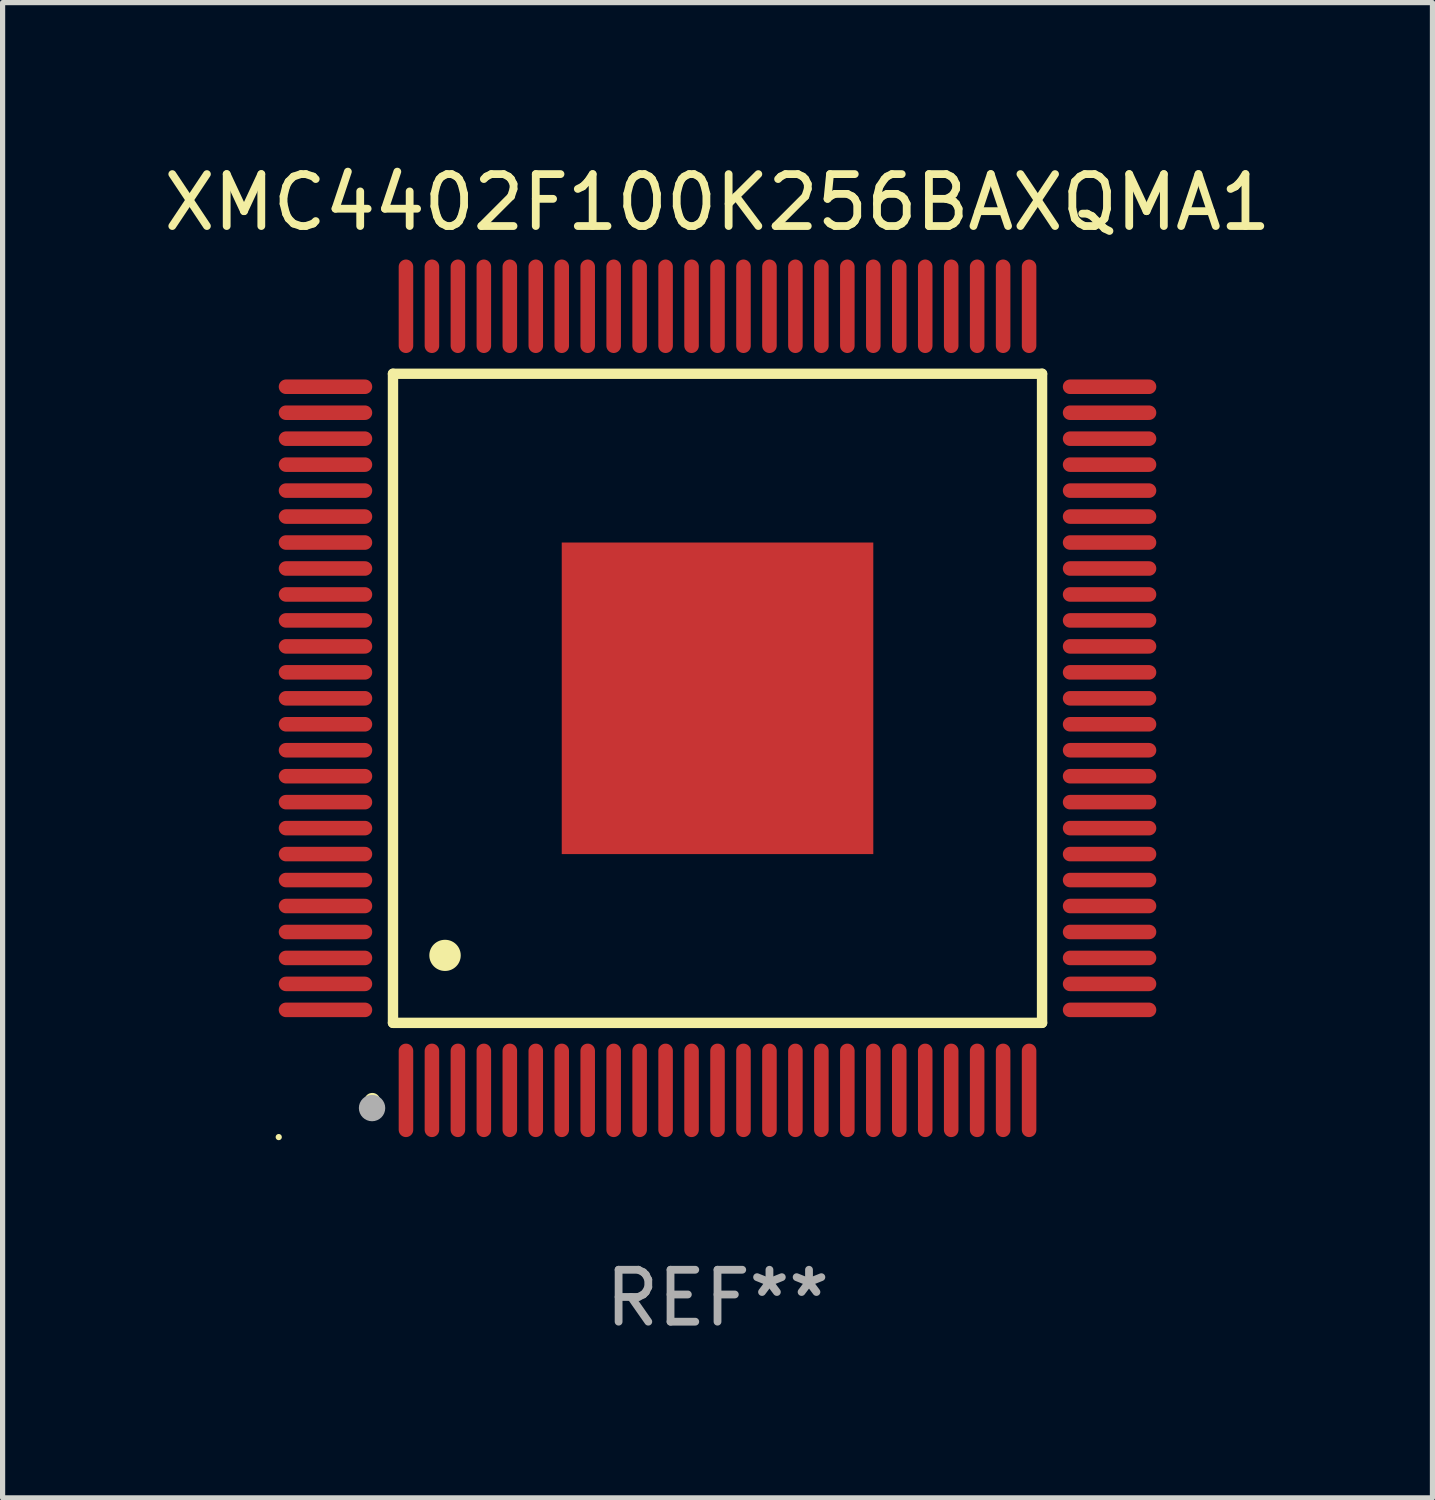
<source format=kicad_pcb>
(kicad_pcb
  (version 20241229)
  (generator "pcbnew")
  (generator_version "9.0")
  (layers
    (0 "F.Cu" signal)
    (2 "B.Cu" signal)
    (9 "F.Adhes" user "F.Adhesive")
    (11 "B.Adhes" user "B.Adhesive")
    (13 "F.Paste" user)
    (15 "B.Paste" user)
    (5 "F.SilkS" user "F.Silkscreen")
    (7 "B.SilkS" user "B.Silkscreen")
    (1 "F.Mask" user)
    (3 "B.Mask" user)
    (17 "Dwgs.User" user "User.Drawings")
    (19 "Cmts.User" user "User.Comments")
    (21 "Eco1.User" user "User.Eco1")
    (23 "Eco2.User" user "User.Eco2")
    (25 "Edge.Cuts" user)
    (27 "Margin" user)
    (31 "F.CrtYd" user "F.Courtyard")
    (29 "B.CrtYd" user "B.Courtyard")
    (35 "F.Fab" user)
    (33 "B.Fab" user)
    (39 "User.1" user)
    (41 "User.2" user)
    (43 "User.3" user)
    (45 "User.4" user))
  (footprint "XMC4402F100K256BAXQMA1"
    (layer "F.Cu")
    (at 10.768 10.398)
    (property "Reference" "XMC4402F100K256BAXQMA1" (at 0 -9.55 0) (layer "F.SilkS") (effects (font (size 1 1) (thickness 0.15))))
    (attr through_hole)
    (fp_line (start -6.25 -6.25) (end -6.25 6.25) (stroke (width 0.2) (type solid)) (layer "F.SilkS"))
    (fp_line (start -6.25 6.25) (end 6.25 6.25) (stroke (width 0.2) (type solid)) (layer "F.SilkS"))
    (fp_line (start 6.25 -6.25) (end -6.25 -6.25) (stroke (width 0.2) (type solid)) (layer "F.SilkS"))
    (fp_line (start 6.25 6.25) (end 6.25 -6.25) (stroke (width 0.2) (type solid)) (layer "F.SilkS"))
    (fp_arc (start -6.649733 7.749555) (mid -6.648463 7.74955) (end -6.647193 7.749555) (stroke (width 0.3) (type solid)) (layer "F.SilkS"))
    (fp_arc (start -5.250191 4.95047) (mid -5.247651 4.950459) (end -5.245111 4.95047) (stroke (width 0.6) (type solid)) (layer "F.SilkS"))
    (fp_circle (center -8.45 8.45) (end -8.42 8.45) (stroke (width 0.06) (type solid)) (fill no) (layer "F.SilkS"))
    (fp_circle (center -6.653 7.891) (end -6.526 7.891) (stroke (width 0.254) (type solid)) (fill no) (layer "F.Fab"))
    (fp_text user "REF**" (at 0 11.55 0) (layer "F.Fab") (effects (font (size 1 1) (thickness 0.15))))
    (pad "1" smd oval (at -6 7.55 180) (size 0.28 1.8) (layers "F.Cu" "F.Mask" "F.Paste"))
    (pad "2" smd oval (at -5.5 7.55 180) (size 0.28 1.8) (layers "F.Cu" "F.Mask" "F.Paste"))
    (pad "3" smd oval (at -5 7.55 180) (size 0.28 1.8) (layers "F.Cu" "F.Mask" "F.Paste"))
    (pad "4" smd oval (at -4.5 7.55 180) (size 0.28 1.8) (layers "F.Cu" "F.Mask" "F.Paste"))
    (pad "5" smd oval (at -4 7.55 180) (size 0.28 1.8) (layers "F.Cu" "F.Mask" "F.Paste"))
    (pad "6" smd oval (at -3.5 7.55 180) (size 0.28 1.8) (layers "F.Cu" "F.Mask" "F.Paste"))
    (pad "7" smd oval (at -3 7.55 180) (size 0.28 1.8) (layers "F.Cu" "F.Mask" "F.Paste"))
    (pad "8" smd oval (at -2.5 7.55 180) (size 0.28 1.8) (layers "F.Cu" "F.Mask" "F.Paste"))
    (pad "9" smd oval (at -2 7.55 180) (size 0.28 1.8) (layers "F.Cu" "F.Mask" "F.Paste"))
    (pad "10" smd oval (at -1.5 7.55 180) (size 0.28 1.8) (layers "F.Cu" "F.Mask" "F.Paste"))
    (pad "11" smd oval (at -1 7.55 180) (size 0.28 1.8) (layers "F.Cu" "F.Mask" "F.Paste"))
    (pad "12" smd oval (at -0.5 7.55 180) (size 0.28 1.8) (layers "F.Cu" "F.Mask" "F.Paste"))
    (pad "13" smd oval (at 0 7.55 180) (size 0.28 1.8) (layers "F.Cu" "F.Mask" "F.Paste"))
    (pad "14" smd oval (at 0.5 7.55 180) (size 0.28 1.8) (layers "F.Cu" "F.Mask" "F.Paste"))
    (pad "15" smd oval (at 1 7.55 180) (size 0.28 1.8) (layers "F.Cu" "F.Mask" "F.Paste"))
    (pad "16" smd oval (at 1.5 7.55 180) (size 0.28 1.8) (layers "F.Cu" "F.Mask" "F.Paste"))
    (pad "17" smd oval (at 2 7.55 180) (size 0.28 1.8) (layers "F.Cu" "F.Mask" "F.Paste"))
    (pad "18" smd oval (at 2.5 7.55 180) (size 0.28 1.8) (layers "F.Cu" "F.Mask" "F.Paste"))
    (pad "19" smd oval (at 3 7.55 180) (size 0.28 1.8) (layers "F.Cu" "F.Mask" "F.Paste"))
    (pad "20" smd oval (at 3.5 7.55 180) (size 0.28 1.8) (layers "F.Cu" "F.Mask" "F.Paste"))
    (pad "21" smd oval (at 4 7.55 180) (size 0.28 1.8) (layers "F.Cu" "F.Mask" "F.Paste"))
    (pad "22" smd oval (at 4.5 7.55 180) (size 0.28 1.8) (layers "F.Cu" "F.Mask" "F.Paste"))
    (pad "23" smd oval (at 5 7.55 180) (size 0.28 1.8) (layers "F.Cu" "F.Mask" "F.Paste"))
    (pad "24" smd oval (at 5.5 7.55 180) (size 0.28 1.8) (layers "F.Cu" "F.Mask" "F.Paste"))
    (pad "25" smd oval (at 6 7.55 180) (size 0.28 1.8) (layers "F.Cu" "F.Mask" "F.Paste"))
    (pad "26" smd oval (at 7.55 6 90) (size 0.28 1.8) (layers "F.Cu" "F.Mask" "F.Paste"))
    (pad "27" smd oval (at 7.55 5.5 90) (size 0.28 1.8) (layers "F.Cu" "F.Mask" "F.Paste"))
    (pad "28" smd oval (at 7.55 5 90) (size 0.28 1.8) (layers "F.Cu" "F.Mask" "F.Paste"))
    (pad "29" smd oval (at 7.55 4.5 90) (size 0.28 1.8) (layers "F.Cu" "F.Mask" "F.Paste"))
    (pad "30" smd oval (at 7.55 4 90) (size 0.28 1.8) (layers "F.Cu" "F.Mask" "F.Paste"))
    (pad "31" smd oval (at 7.55 3.5 90) (size 0.28 1.8) (layers "F.Cu" "F.Mask" "F.Paste"))
    (pad "32" smd oval (at 7.55 3 90) (size 0.28 1.8) (layers "F.Cu" "F.Mask" "F.Paste"))
    (pad "33" smd oval (at 7.55 2.5 90) (size 0.28 1.8) (layers "F.Cu" "F.Mask" "F.Paste"))
    (pad "34" smd oval (at 7.55 2 90) (size 0.28 1.8) (layers "F.Cu" "F.Mask" "F.Paste"))
    (pad "35" smd oval (at 7.55 1.5 90) (size 0.28 1.8) (layers "F.Cu" "F.Mask" "F.Paste"))
    (pad "36" smd oval (at 7.55 1 90) (size 0.28 1.8) (layers "F.Cu" "F.Mask" "F.Paste"))
    (pad "37" smd oval (at 7.55 0.5 90) (size 0.28 1.8) (layers "F.Cu" "F.Mask" "F.Paste"))
    (pad "38" smd oval (at 7.55 0 90) (size 0.28 1.8) (layers "F.Cu" "F.Mask" "F.Paste"))
    (pad "39" smd oval (at 7.55 -0.5 90) (size 0.28 1.8) (layers "F.Cu" "F.Mask" "F.Paste"))
    (pad "40" smd oval (at 7.55 -1 90) (size 0.28 1.8) (layers "F.Cu" "F.Mask" "F.Paste"))
    (pad "41" smd oval (at 7.55 -1.5 90) (size 0.28 1.8) (layers "F.Cu" "F.Mask" "F.Paste"))
    (pad "42" smd oval (at 7.55 -2 90) (size 0.28 1.8) (layers "F.Cu" "F.Mask" "F.Paste"))
    (pad "43" smd oval (at 7.55 -2.5 90) (size 0.28 1.8) (layers "F.Cu" "F.Mask" "F.Paste"))
    (pad "44" smd oval (at 7.55 -3 90) (size 0.28 1.8) (layers "F.Cu" "F.Mask" "F.Paste"))
    (pad "45" smd oval (at 7.55 -3.5 90) (size 0.28 1.8) (layers "F.Cu" "F.Mask" "F.Paste"))
    (pad "46" smd oval (at 7.55 -4 90) (size 0.28 1.8) (layers "F.Cu" "F.Mask" "F.Paste"))
    (pad "47" smd oval (at 7.55 -4.5 90) (size 0.28 1.8) (layers "F.Cu" "F.Mask" "F.Paste"))
    (pad "48" smd oval (at 7.55 -5 90) (size 0.28 1.8) (layers "F.Cu" "F.Mask" "F.Paste"))
    (pad "49" smd oval (at 7.55 -5.5 90) (size 0.28 1.8) (layers "F.Cu" "F.Mask" "F.Paste"))
    (pad "50" smd oval (at 7.55 -6 90) (size 0.28 1.8) (layers "F.Cu" "F.Mask" "F.Paste"))
    (pad "51" smd oval (at 6 -7.55 180) (size 0.28 1.8) (layers "F.Cu" "F.Mask" "F.Paste"))
    (pad "52" smd oval (at 5.5 -7.55 180) (size 0.28 1.8) (layers "F.Cu" "F.Mask" "F.Paste"))
    (pad "53" smd oval (at 5 -7.55 180) (size 0.28 1.8) (layers "F.Cu" "F.Mask" "F.Paste"))
    (pad "54" smd oval (at 4.5 -7.55 180) (size 0.28 1.8) (layers "F.Cu" "F.Mask" "F.Paste"))
    (pad "55" smd oval (at 4 -7.55 180) (size 0.28 1.8) (layers "F.Cu" "F.Mask" "F.Paste"))
    (pad "56" smd oval (at 3.5 -7.55 180) (size 0.28 1.8) (layers "F.Cu" "F.Mask" "F.Paste"))
    (pad "57" smd oval (at 3 -7.55 180) (size 0.28 1.8) (layers "F.Cu" "F.Mask" "F.Paste"))
    (pad "58" smd oval (at 2.5 -7.55 180) (size 0.28 1.8) (layers "F.Cu" "F.Mask" "F.Paste"))
    (pad "59" smd oval (at 2 -7.55 180) (size 0.28 1.8) (layers "F.Cu" "F.Mask" "F.Paste"))
    (pad "60" smd oval (at 1.5 -7.55 180) (size 0.28 1.8) (layers "F.Cu" "F.Mask" "F.Paste"))
    (pad "61" smd oval (at 1 -7.55 180) (size 0.28 1.8) (layers "F.Cu" "F.Mask" "F.Paste"))
    (pad "62" smd oval (at 0.5 -7.55 180) (size 0.28 1.8) (layers "F.Cu" "F.Mask" "F.Paste"))
    (pad "63" smd oval (at 0 -7.55 180) (size 0.28 1.8) (layers "F.Cu" "F.Mask" "F.Paste"))
    (pad "64" smd oval (at -0.5 -7.55 180) (size 0.28 1.8) (layers "F.Cu" "F.Mask" "F.Paste"))
    (pad "65" smd oval (at -1 -7.55 180) (size 0.28 1.8) (layers "F.Cu" "F.Mask" "F.Paste"))
    (pad "66" smd oval (at -1.5 -7.55 180) (size 0.28 1.8) (layers "F.Cu" "F.Mask" "F.Paste"))
    (pad "67" smd oval (at -2 -7.55 180) (size 0.28 1.8) (layers "F.Cu" "F.Mask" "F.Paste"))
    (pad "68" smd oval (at -2.5 -7.55 180) (size 0.28 1.8) (layers "F.Cu" "F.Mask" "F.Paste"))
    (pad "69" smd oval (at -3 -7.55 180) (size 0.28 1.8) (layers "F.Cu" "F.Mask" "F.Paste"))
    (pad "70" smd oval (at -3.5 -7.55 180) (size 0.28 1.8) (layers "F.Cu" "F.Mask" "F.Paste"))
    (pad "71" smd oval (at -4 -7.55 180) (size 0.28 1.8) (layers "F.Cu" "F.Mask" "F.Paste"))
    (pad "72" smd oval (at -4.5 -7.55 180) (size 0.28 1.8) (layers "F.Cu" "F.Mask" "F.Paste"))
    (pad "73" smd oval (at -5 -7.55 180) (size 0.28 1.8) (layers "F.Cu" "F.Mask" "F.Paste"))
    (pad "74" smd oval (at -5.5 -7.55 180) (size 0.28 1.8) (layers "F.Cu" "F.Mask" "F.Paste"))
    (pad "75" smd oval (at -6 -7.55 180) (size 0.28 1.8) (layers "F.Cu" "F.Mask" "F.Paste"))
    (pad "76" smd oval (at -7.55 -6 90) (size 0.28 1.8) (layers "F.Cu" "F.Mask" "F.Paste"))
    (pad "77" smd oval (at -7.55 -5.5 90) (size 0.28 1.8) (layers "F.Cu" "F.Mask" "F.Paste"))
    (pad "78" smd oval (at -7.55 -5 90) (size 0.28 1.8) (layers "F.Cu" "F.Mask" "F.Paste"))
    (pad "79" smd oval (at -7.55 -4.5 90) (size 0.28 1.8) (layers "F.Cu" "F.Mask" "F.Paste"))
    (pad "80" smd oval (at -7.55 -4 90) (size 0.28 1.8) (layers "F.Cu" "F.Mask" "F.Paste"))
    (pad "81" smd oval (at -7.55 -3.5 90) (size 0.28 1.8) (layers "F.Cu" "F.Mask" "F.Paste"))
    (pad "82" smd oval (at -7.55 -3 90) (size 0.28 1.8) (layers "F.Cu" "F.Mask" "F.Paste"))
    (pad "83" smd oval (at -7.55 -2.5 90) (size 0.28 1.8) (layers "F.Cu" "F.Mask" "F.Paste"))
    (pad "84" smd oval (at -7.55 -2 90) (size 0.28 1.8) (layers "F.Cu" "F.Mask" "F.Paste"))
    (pad "85" smd oval (at -7.55 -1.5 90) (size 0.28 1.8) (layers "F.Cu" "F.Mask" "F.Paste"))
    (pad "86" smd oval (at -7.55 -1 90) (size 0.28 1.8) (layers "F.Cu" "F.Mask" "F.Paste"))
    (pad "87" smd oval (at -7.55 -0.5 90) (size 0.28 1.8) (layers "F.Cu" "F.Mask" "F.Paste"))
    (pad "88" smd oval (at -7.55 0 90) (size 0.28 1.8) (layers "F.Cu" "F.Mask" "F.Paste"))
    (pad "89" smd oval (at -7.55 0.5 90) (size 0.28 1.8) (layers "F.Cu" "F.Mask" "F.Paste"))
    (pad "90" smd oval (at -7.55 1 90) (size 0.28 1.8) (layers "F.Cu" "F.Mask" "F.Paste"))
    (pad "91" smd oval (at -7.55 1.5 90) (size 0.28 1.8) (layers "F.Cu" "F.Mask" "F.Paste"))
    (pad "92" smd oval (at -7.55 2 90) (size 0.28 1.8) (layers "F.Cu" "F.Mask" "F.Paste"))
    (pad "93" smd oval (at -7.55 2.5 90) (size 0.28 1.8) (layers "F.Cu" "F.Mask" "F.Paste"))
    (pad "94" smd oval (at -7.55 3 90) (size 0.28 1.8) (layers "F.Cu" "F.Mask" "F.Paste"))
    (pad "95" smd oval (at -7.55 3.5 90) (size 0.28 1.8) (layers "F.Cu" "F.Mask" "F.Paste"))
    (pad "96" smd oval (at -7.55 4 90) (size 0.28 1.8) (layers "F.Cu" "F.Mask" "F.Paste"))
    (pad "97" smd oval (at -7.55 4.5 90) (size 0.28 1.8) (layers "F.Cu" "F.Mask" "F.Paste"))
    (pad "98" smd oval (at -7.55 5 90) (size 0.28 1.8) (layers "F.Cu" "F.Mask" "F.Paste"))
    (pad "99" smd oval (at -7.55 5.5 90) (size 0.28 1.8) (layers "F.Cu" "F.Mask" "F.Paste"))
    (pad "100" smd oval (at -7.55 6 90) (size 0.28 1.8) (layers "F.Cu" "F.Mask" "F.Paste"))
    (pad "101" smd rect (at 0 0) (size 6 6) (layers "F.Cu" "F.Mask" "F.Paste")))
  (gr_rect
    (start -3 -3)
    (end 24.536 25.796)
    (stroke (width 0.1) (type default))
    (fill no)
    (layer "Edge.Cuts")))
</source>
